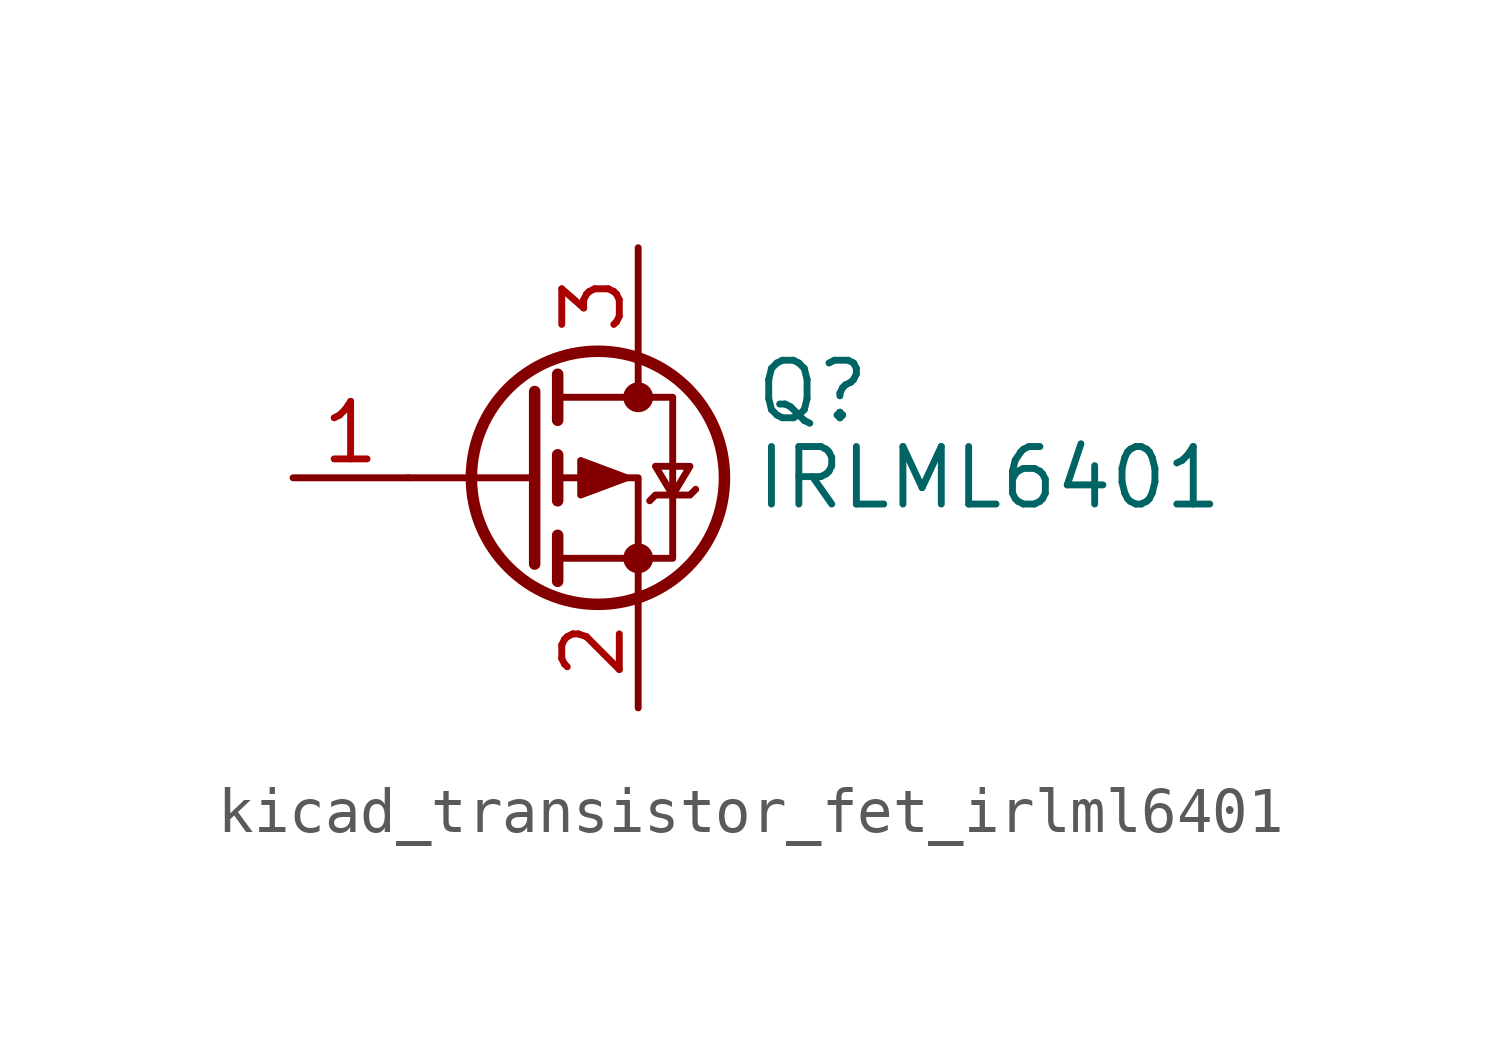
<source format=kicad_sym>
(kicad_symbol_lib
  (version 20220914)
  (generator kicad_symbol_editor)
  (symbol "kicad_transistor_fet_irlml6401"
    (pin_names hide)
    (property "Reference" "Q"
      (at 5.08 1.905 0)
      (effects (font (size 1.27 1.27)) (justify left)))
    (property "Value" "IRLML6401"
      (at 5.08 0 0)
      (effects (font (size 1.27 1.27)) (justify left)))
    (symbol "kicad_transistor_fet_irlml6401_0_1"
      (polyline (pts (xy 0.254 0) (xy -2.54 0)) (stroke (width 0) (type default)) (fill (type none)))
      (polyline (pts (xy 0.254 1.905) (xy 0.254 -1.905)) (stroke (width 0.254) (type default)) (fill (type none)))
      (polyline (pts (xy 0.762 -1.27) (xy 0.762 -2.286)) (stroke (width 0.254) (type default)) (fill (type none)))
      (polyline (pts (xy 0.762 0.508) (xy 0.762 -0.508)) (stroke (width 0.254) (type default)) (fill (type none)))
      (polyline (pts (xy 0.762 2.286) (xy 0.762 1.27)) (stroke (width 0.254) (type default)) (fill (type none)))
      (polyline (pts (xy 2.54 2.54) (xy 2.54 1.778)) (stroke (width 0) (type default)) (fill (type none)))
      (polyline (pts (xy 2.54 -2.54) (xy 2.54 0) (xy 0.762 0)) (stroke (width 0) (type default)) (fill (type none)))
      (polyline (pts (xy 0.762 1.778) (xy 3.302 1.778) (xy 3.302 -1.778) (xy 0.762 -1.778)) (stroke (width 0) (type default)) (fill (type none)))
      (polyline (pts (xy 2.286 0) (xy 1.27 0.381) (xy 1.27 -0.381) (xy 2.286 0)) (stroke (width 0) (type default)) (fill (type outline)))
      (polyline (pts (xy 2.794 -0.508) (xy 2.921 -0.381) (xy 3.683 -0.381) (xy 3.81 -0.254)) (stroke (width 0) (type default)) (fill (type none)))
      (polyline (pts (xy 3.302 -0.381) (xy 2.921 0.254) (xy 3.683 0.254) (xy 3.302 -0.381)) (stroke (width 0) (type default)) (fill (type none)))
      (circle (center 1.651 0) (radius 2.794) (stroke (width 0.254) (type default)) (fill (type none)))
      (circle (center 2.54 -1.778) (radius 0.254) (stroke (width 0) (type default)) (fill (type outline)))
      (circle (center 2.54 1.778) (radius 0.254) (stroke (width 0) (type default)) (fill (type outline))))
    (symbol "kicad_transistor_fet_irlml6401_1_1"
      (pin input line (at -5.08 0 0) (length 2.54) (name "G" (effects (font (size 1.27 1.27)))) (number "1" (effects (font (size 1.27 1.27)))))
      (pin passive line (at 2.54 -5.08 90) (length 2.54) (name "S" (effects (font (size 1.27 1.27)))) (number "2" (effects (font (size 1.27 1.27)))))
      (pin passive line (at 2.54 5.08 270) (length 2.54) (name "D" (effects (font (size 1.27 1.27)))) (number "3" (effects (font (size 1.27 1.27))))))))
</source>
